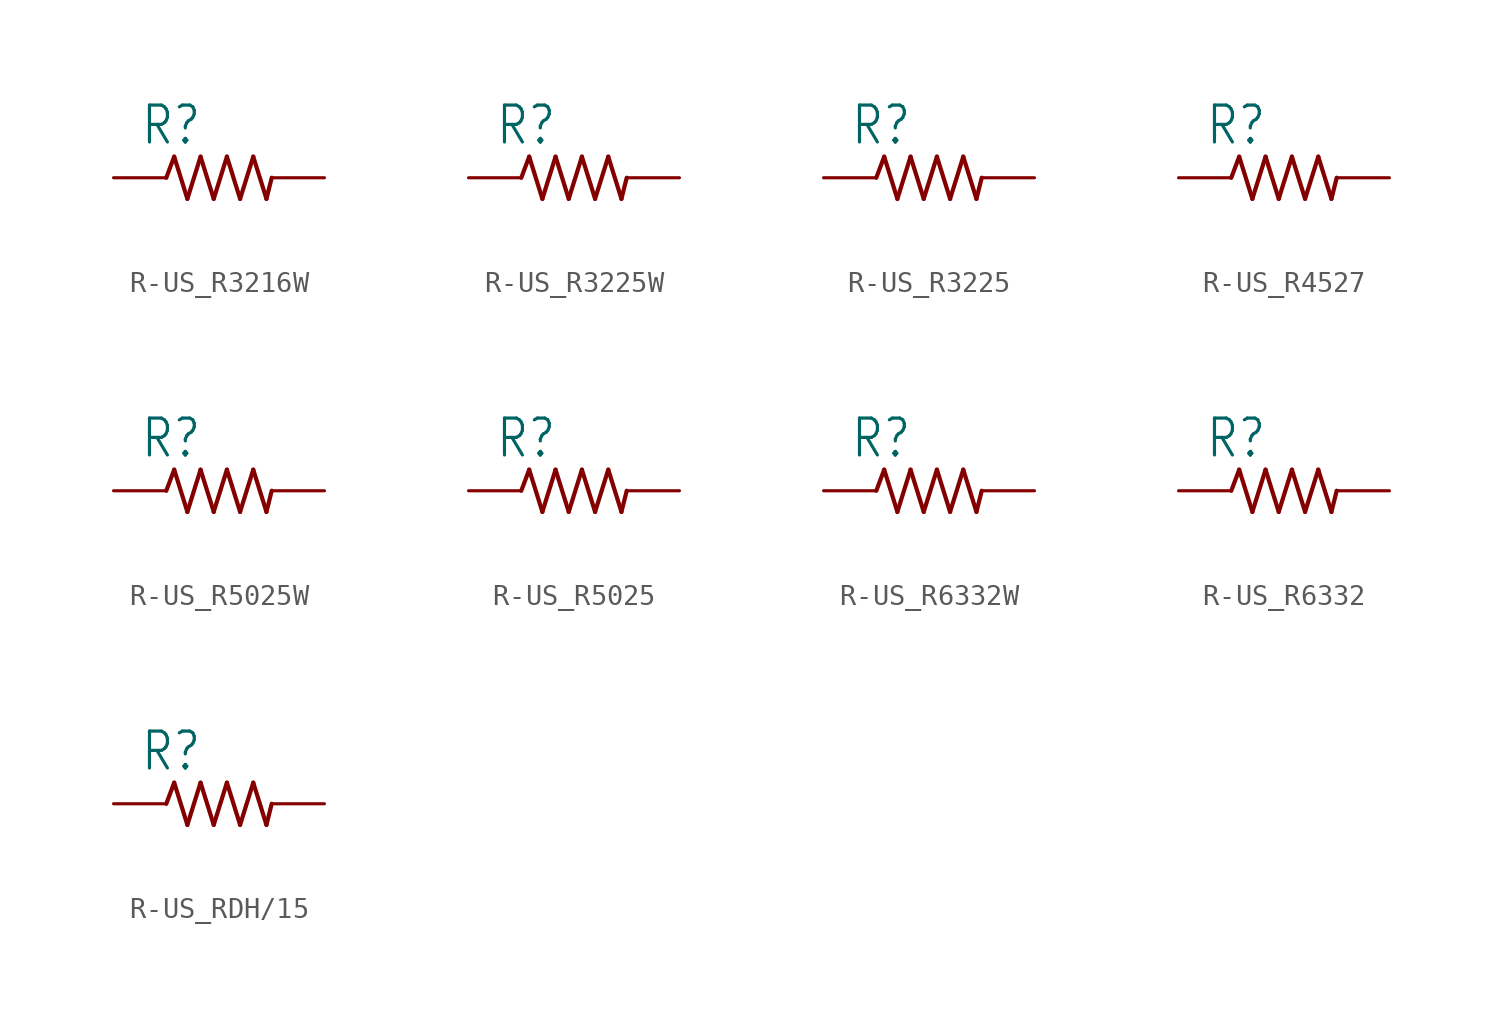
<source format=kicad_sym>
(kicad_symbol_lib
  (version 20220914)
  (generator kicad_symbol_editor)
  (symbol "R-US_R3216W"
    (property "Reference" "R"
      (at -3.81 1.499 0)
      (effects (font (size 1.778 1.511)) (justify left bottom)))
    (property "Value" ""
      (at -3.81 -3.302 0)
      (effects (font (size 1.778 1.511)) (justify left bottom)))
    (property "ki_locked" ""
      (at 0 0 0)
      (effects (font (size 1.27 1.27))))
    (symbol "R-US_R3216W_1_0"
      (polyline (pts (xy -2.54 0) (xy -2.159 1.016)) (stroke (width 0.203) (type solid)) (fill (type none)))
      (polyline (pts (xy -2.159 1.016) (xy -1.524 -1.016)) (stroke (width 0.203) (type solid)) (fill (type none)))
      (polyline (pts (xy -1.524 -1.016) (xy -0.889 1.016)) (stroke (width 0.203) (type solid)) (fill (type none)))
      (polyline (pts (xy -0.889 1.016) (xy -0.254 -1.016)) (stroke (width 0.203) (type solid)) (fill (type none)))
      (polyline (pts (xy -0.254 -1.016) (xy 0.381 1.016)) (stroke (width 0.203) (type solid)) (fill (type none)))
      (polyline (pts (xy 0.381 1.016) (xy 1.016 -1.016)) (stroke (width 0.203) (type solid)) (fill (type none)))
      (polyline (pts (xy 1.016 -1.016) (xy 1.651 1.016)) (stroke (width 0.203) (type solid)) (fill (type none)))
      (polyline (pts (xy 1.651 1.016) (xy 2.286 -1.016)) (stroke (width 0.203) (type solid)) (fill (type none)))
      (polyline (pts (xy 2.286 -1.016) (xy 2.54 0)) (stroke (width 0.203) (type solid)) (fill (type none)))
      (pin passive line (at -5.08 0 0) (length 2.54) (name "1" (effects (font (size 0 0)))) (number "1" (effects (font (size 0 0)))))
      (pin passive line (at 5.08 0 180) (length 2.54) (name "2" (effects (font (size 0 0)))) (number "2" (effects (font (size 0 0)))))))
  (symbol "R-US_R3225W"
    (property "Reference" "R"
      (at -3.81 1.499 0)
      (effects (font (size 1.778 1.511)) (justify left bottom)))
    (property "Value" ""
      (at -3.81 -3.302 0)
      (effects (font (size 1.778 1.511)) (justify left bottom)))
    (property "ki_locked" ""
      (at 0 0 0)
      (effects (font (size 1.27 1.27))))
    (symbol "R-US_R3225W_1_0"
      (polyline (pts (xy -2.54 0) (xy -2.159 1.016)) (stroke (width 0.203) (type solid)) (fill (type none)))
      (polyline (pts (xy -2.159 1.016) (xy -1.524 -1.016)) (stroke (width 0.203) (type solid)) (fill (type none)))
      (polyline (pts (xy -1.524 -1.016) (xy -0.889 1.016)) (stroke (width 0.203) (type solid)) (fill (type none)))
      (polyline (pts (xy -0.889 1.016) (xy -0.254 -1.016)) (stroke (width 0.203) (type solid)) (fill (type none)))
      (polyline (pts (xy -0.254 -1.016) (xy 0.381 1.016)) (stroke (width 0.203) (type solid)) (fill (type none)))
      (polyline (pts (xy 0.381 1.016) (xy 1.016 -1.016)) (stroke (width 0.203) (type solid)) (fill (type none)))
      (polyline (pts (xy 1.016 -1.016) (xy 1.651 1.016)) (stroke (width 0.203) (type solid)) (fill (type none)))
      (polyline (pts (xy 1.651 1.016) (xy 2.286 -1.016)) (stroke (width 0.203) (type solid)) (fill (type none)))
      (polyline (pts (xy 2.286 -1.016) (xy 2.54 0)) (stroke (width 0.203) (type solid)) (fill (type none)))
      (pin passive line (at -5.08 0 0) (length 2.54) (name "1" (effects (font (size 0 0)))) (number "1" (effects (font (size 0 0)))))
      (pin passive line (at 5.08 0 180) (length 2.54) (name "2" (effects (font (size 0 0)))) (number "2" (effects (font (size 0 0)))))))
  (symbol "R-US_R3225"
    (property "Reference" "R"
      (at -3.81 1.499 0)
      (effects (font (size 1.778 1.511)) (justify left bottom)))
    (property "Value" ""
      (at -3.81 -3.302 0)
      (effects (font (size 1.778 1.511)) (justify left bottom)))
    (property "ki_locked" ""
      (at 0 0 0)
      (effects (font (size 1.27 1.27))))
    (symbol "R-US_R3225_1_0"
      (polyline (pts (xy -2.54 0) (xy -2.159 1.016)) (stroke (width 0.203) (type solid)) (fill (type none)))
      (polyline (pts (xy -2.159 1.016) (xy -1.524 -1.016)) (stroke (width 0.203) (type solid)) (fill (type none)))
      (polyline (pts (xy -1.524 -1.016) (xy -0.889 1.016)) (stroke (width 0.203) (type solid)) (fill (type none)))
      (polyline (pts (xy -0.889 1.016) (xy -0.254 -1.016)) (stroke (width 0.203) (type solid)) (fill (type none)))
      (polyline (pts (xy -0.254 -1.016) (xy 0.381 1.016)) (stroke (width 0.203) (type solid)) (fill (type none)))
      (polyline (pts (xy 0.381 1.016) (xy 1.016 -1.016)) (stroke (width 0.203) (type solid)) (fill (type none)))
      (polyline (pts (xy 1.016 -1.016) (xy 1.651 1.016)) (stroke (width 0.203) (type solid)) (fill (type none)))
      (polyline (pts (xy 1.651 1.016) (xy 2.286 -1.016)) (stroke (width 0.203) (type solid)) (fill (type none)))
      (polyline (pts (xy 2.286 -1.016) (xy 2.54 0)) (stroke (width 0.203) (type solid)) (fill (type none)))
      (pin passive line (at -5.08 0 0) (length 2.54) (name "1" (effects (font (size 0 0)))) (number "1" (effects (font (size 0 0)))))
      (pin passive line (at 5.08 0 180) (length 2.54) (name "2" (effects (font (size 0 0)))) (number "2" (effects (font (size 0 0)))))))
  (symbol "R-US_R4527"
    (property "Reference" "R"
      (at -3.81 1.499 0)
      (effects (font (size 1.778 1.511)) (justify left bottom)))
    (property "Value" ""
      (at -3.81 -3.302 0)
      (effects (font (size 1.778 1.511)) (justify left bottom)))
    (property "ki_locked" ""
      (at 0 0 0)
      (effects (font (size 1.27 1.27))))
    (symbol "R-US_R4527_1_0"
      (polyline (pts (xy -2.54 0) (xy -2.159 1.016)) (stroke (width 0.203) (type solid)) (fill (type none)))
      (polyline (pts (xy -2.159 1.016) (xy -1.524 -1.016)) (stroke (width 0.203) (type solid)) (fill (type none)))
      (polyline (pts (xy -1.524 -1.016) (xy -0.889 1.016)) (stroke (width 0.203) (type solid)) (fill (type none)))
      (polyline (pts (xy -0.889 1.016) (xy -0.254 -1.016)) (stroke (width 0.203) (type solid)) (fill (type none)))
      (polyline (pts (xy -0.254 -1.016) (xy 0.381 1.016)) (stroke (width 0.203) (type solid)) (fill (type none)))
      (polyline (pts (xy 0.381 1.016) (xy 1.016 -1.016)) (stroke (width 0.203) (type solid)) (fill (type none)))
      (polyline (pts (xy 1.016 -1.016) (xy 1.651 1.016)) (stroke (width 0.203) (type solid)) (fill (type none)))
      (polyline (pts (xy 1.651 1.016) (xy 2.286 -1.016)) (stroke (width 0.203) (type solid)) (fill (type none)))
      (polyline (pts (xy 2.286 -1.016) (xy 2.54 0)) (stroke (width 0.203) (type solid)) (fill (type none)))
      (pin passive line (at -5.08 0 0) (length 2.54) (name "1" (effects (font (size 0 0)))) (number "1" (effects (font (size 0 0)))))
      (pin passive line (at 5.08 0 180) (length 2.54) (name "2" (effects (font (size 0 0)))) (number "2" (effects (font (size 0 0)))))))
  (symbol "R-US_R5025W"
    (property "Reference" "R"
      (at -3.81 1.499 0)
      (effects (font (size 1.778 1.511)) (justify left bottom)))
    (property "Value" ""
      (at -3.81 -3.302 0)
      (effects (font (size 1.778 1.511)) (justify left bottom)))
    (property "ki_locked" ""
      (at 0 0 0)
      (effects (font (size 1.27 1.27))))
    (symbol "R-US_R5025W_1_0"
      (polyline (pts (xy -2.54 0) (xy -2.159 1.016)) (stroke (width 0.203) (type solid)) (fill (type none)))
      (polyline (pts (xy -2.159 1.016) (xy -1.524 -1.016)) (stroke (width 0.203) (type solid)) (fill (type none)))
      (polyline (pts (xy -1.524 -1.016) (xy -0.889 1.016)) (stroke (width 0.203) (type solid)) (fill (type none)))
      (polyline (pts (xy -0.889 1.016) (xy -0.254 -1.016)) (stroke (width 0.203) (type solid)) (fill (type none)))
      (polyline (pts (xy -0.254 -1.016) (xy 0.381 1.016)) (stroke (width 0.203) (type solid)) (fill (type none)))
      (polyline (pts (xy 0.381 1.016) (xy 1.016 -1.016)) (stroke (width 0.203) (type solid)) (fill (type none)))
      (polyline (pts (xy 1.016 -1.016) (xy 1.651 1.016)) (stroke (width 0.203) (type solid)) (fill (type none)))
      (polyline (pts (xy 1.651 1.016) (xy 2.286 -1.016)) (stroke (width 0.203) (type solid)) (fill (type none)))
      (polyline (pts (xy 2.286 -1.016) (xy 2.54 0)) (stroke (width 0.203) (type solid)) (fill (type none)))
      (pin passive line (at -5.08 0 0) (length 2.54) (name "1" (effects (font (size 0 0)))) (number "1" (effects (font (size 0 0)))))
      (pin passive line (at 5.08 0 180) (length 2.54) (name "2" (effects (font (size 0 0)))) (number "2" (effects (font (size 0 0)))))))
  (symbol "R-US_R5025"
    (property "Reference" "R"
      (at -3.81 1.499 0)
      (effects (font (size 1.778 1.511)) (justify left bottom)))
    (property "Value" ""
      (at -3.81 -3.302 0)
      (effects (font (size 1.778 1.511)) (justify left bottom)))
    (property "ki_locked" ""
      (at 0 0 0)
      (effects (font (size 1.27 1.27))))
    (symbol "R-US_R5025_1_0"
      (polyline (pts (xy -2.54 0) (xy -2.159 1.016)) (stroke (width 0.203) (type solid)) (fill (type none)))
      (polyline (pts (xy -2.159 1.016) (xy -1.524 -1.016)) (stroke (width 0.203) (type solid)) (fill (type none)))
      (polyline (pts (xy -1.524 -1.016) (xy -0.889 1.016)) (stroke (width 0.203) (type solid)) (fill (type none)))
      (polyline (pts (xy -0.889 1.016) (xy -0.254 -1.016)) (stroke (width 0.203) (type solid)) (fill (type none)))
      (polyline (pts (xy -0.254 -1.016) (xy 0.381 1.016)) (stroke (width 0.203) (type solid)) (fill (type none)))
      (polyline (pts (xy 0.381 1.016) (xy 1.016 -1.016)) (stroke (width 0.203) (type solid)) (fill (type none)))
      (polyline (pts (xy 1.016 -1.016) (xy 1.651 1.016)) (stroke (width 0.203) (type solid)) (fill (type none)))
      (polyline (pts (xy 1.651 1.016) (xy 2.286 -1.016)) (stroke (width 0.203) (type solid)) (fill (type none)))
      (polyline (pts (xy 2.286 -1.016) (xy 2.54 0)) (stroke (width 0.203) (type solid)) (fill (type none)))
      (pin passive line (at -5.08 0 0) (length 2.54) (name "1" (effects (font (size 0 0)))) (number "1" (effects (font (size 0 0)))))
      (pin passive line (at 5.08 0 180) (length 2.54) (name "2" (effects (font (size 0 0)))) (number "2" (effects (font (size 0 0)))))))
  (symbol "R-US_R6332W"
    (property "Reference" "R"
      (at -3.81 1.499 0)
      (effects (font (size 1.778 1.511)) (justify left bottom)))
    (property "Value" ""
      (at -3.81 -3.302 0)
      (effects (font (size 1.778 1.511)) (justify left bottom)))
    (property "ki_locked" ""
      (at 0 0 0)
      (effects (font (size 1.27 1.27))))
    (symbol "R-US_R6332W_1_0"
      (polyline (pts (xy -2.54 0) (xy -2.159 1.016)) (stroke (width 0.203) (type solid)) (fill (type none)))
      (polyline (pts (xy -2.159 1.016) (xy -1.524 -1.016)) (stroke (width 0.203) (type solid)) (fill (type none)))
      (polyline (pts (xy -1.524 -1.016) (xy -0.889 1.016)) (stroke (width 0.203) (type solid)) (fill (type none)))
      (polyline (pts (xy -0.889 1.016) (xy -0.254 -1.016)) (stroke (width 0.203) (type solid)) (fill (type none)))
      (polyline (pts (xy -0.254 -1.016) (xy 0.381 1.016)) (stroke (width 0.203) (type solid)) (fill (type none)))
      (polyline (pts (xy 0.381 1.016) (xy 1.016 -1.016)) (stroke (width 0.203) (type solid)) (fill (type none)))
      (polyline (pts (xy 1.016 -1.016) (xy 1.651 1.016)) (stroke (width 0.203) (type solid)) (fill (type none)))
      (polyline (pts (xy 1.651 1.016) (xy 2.286 -1.016)) (stroke (width 0.203) (type solid)) (fill (type none)))
      (polyline (pts (xy 2.286 -1.016) (xy 2.54 0)) (stroke (width 0.203) (type solid)) (fill (type none)))
      (pin passive line (at -5.08 0 0) (length 2.54) (name "1" (effects (font (size 0 0)))) (number "1" (effects (font (size 0 0)))))
      (pin passive line (at 5.08 0 180) (length 2.54) (name "2" (effects (font (size 0 0)))) (number "2" (effects (font (size 0 0)))))))
  (symbol "R-US_R6332"
    (property "Reference" "R"
      (at -3.81 1.499 0)
      (effects (font (size 1.778 1.511)) (justify left bottom)))
    (property "Value" ""
      (at -3.81 -3.302 0)
      (effects (font (size 1.778 1.511)) (justify left bottom)))
    (property "ki_locked" ""
      (at 0 0 0)
      (effects (font (size 1.27 1.27))))
    (symbol "R-US_R6332_1_0"
      (polyline (pts (xy -2.54 0) (xy -2.159 1.016)) (stroke (width 0.203) (type solid)) (fill (type none)))
      (polyline (pts (xy -2.159 1.016) (xy -1.524 -1.016)) (stroke (width 0.203) (type solid)) (fill (type none)))
      (polyline (pts (xy -1.524 -1.016) (xy -0.889 1.016)) (stroke (width 0.203) (type solid)) (fill (type none)))
      (polyline (pts (xy -0.889 1.016) (xy -0.254 -1.016)) (stroke (width 0.203) (type solid)) (fill (type none)))
      (polyline (pts (xy -0.254 -1.016) (xy 0.381 1.016)) (stroke (width 0.203) (type solid)) (fill (type none)))
      (polyline (pts (xy 0.381 1.016) (xy 1.016 -1.016)) (stroke (width 0.203) (type solid)) (fill (type none)))
      (polyline (pts (xy 1.016 -1.016) (xy 1.651 1.016)) (stroke (width 0.203) (type solid)) (fill (type none)))
      (polyline (pts (xy 1.651 1.016) (xy 2.286 -1.016)) (stroke (width 0.203) (type solid)) (fill (type none)))
      (polyline (pts (xy 2.286 -1.016) (xy 2.54 0)) (stroke (width 0.203) (type solid)) (fill (type none)))
      (pin passive line (at -5.08 0 0) (length 2.54) (name "1" (effects (font (size 0 0)))) (number "1" (effects (font (size 0 0)))))
      (pin passive line (at 5.08 0 180) (length 2.54) (name "2" (effects (font (size 0 0)))) (number "2" (effects (font (size 0 0)))))))
  (symbol "R-US_RDH/15"
    (property "Reference" "R"
      (at -3.81 1.499 0)
      (effects (font (size 1.778 1.511)) (justify left bottom)))
    (property "Value" ""
      (at -3.81 -3.302 0)
      (effects (font (size 1.778 1.511)) (justify left bottom)))
    (property "ki_locked" ""
      (at 0 0 0)
      (effects (font (size 1.27 1.27))))
    (symbol "R-US_RDH/15_1_0"
      (polyline (pts (xy -2.54 0) (xy -2.159 1.016)) (stroke (width 0.203) (type solid)) (fill (type none)))
      (polyline (pts (xy -2.159 1.016) (xy -1.524 -1.016)) (stroke (width 0.203) (type solid)) (fill (type none)))
      (polyline (pts (xy -1.524 -1.016) (xy -0.889 1.016)) (stroke (width 0.203) (type solid)) (fill (type none)))
      (polyline (pts (xy -0.889 1.016) (xy -0.254 -1.016)) (stroke (width 0.203) (type solid)) (fill (type none)))
      (polyline (pts (xy -0.254 -1.016) (xy 0.381 1.016)) (stroke (width 0.203) (type solid)) (fill (type none)))
      (polyline (pts (xy 0.381 1.016) (xy 1.016 -1.016)) (stroke (width 0.203) (type solid)) (fill (type none)))
      (polyline (pts (xy 1.016 -1.016) (xy 1.651 1.016)) (stroke (width 0.203) (type solid)) (fill (type none)))
      (polyline (pts (xy 1.651 1.016) (xy 2.286 -1.016)) (stroke (width 0.203) (type solid)) (fill (type none)))
      (polyline (pts (xy 2.286 -1.016) (xy 2.54 0)) (stroke (width 0.203) (type solid)) (fill (type none)))
      (pin passive line (at -5.08 0 0) (length 2.54) (name "1" (effects (font (size 0 0)))) (number "1" (effects (font (size 0 0)))))
      (pin passive line (at 5.08 0 180) (length 2.54) (name "2" (effects (font (size 0 0)))) (number "2" (effects (font (size 0 0))))))))
</source>
